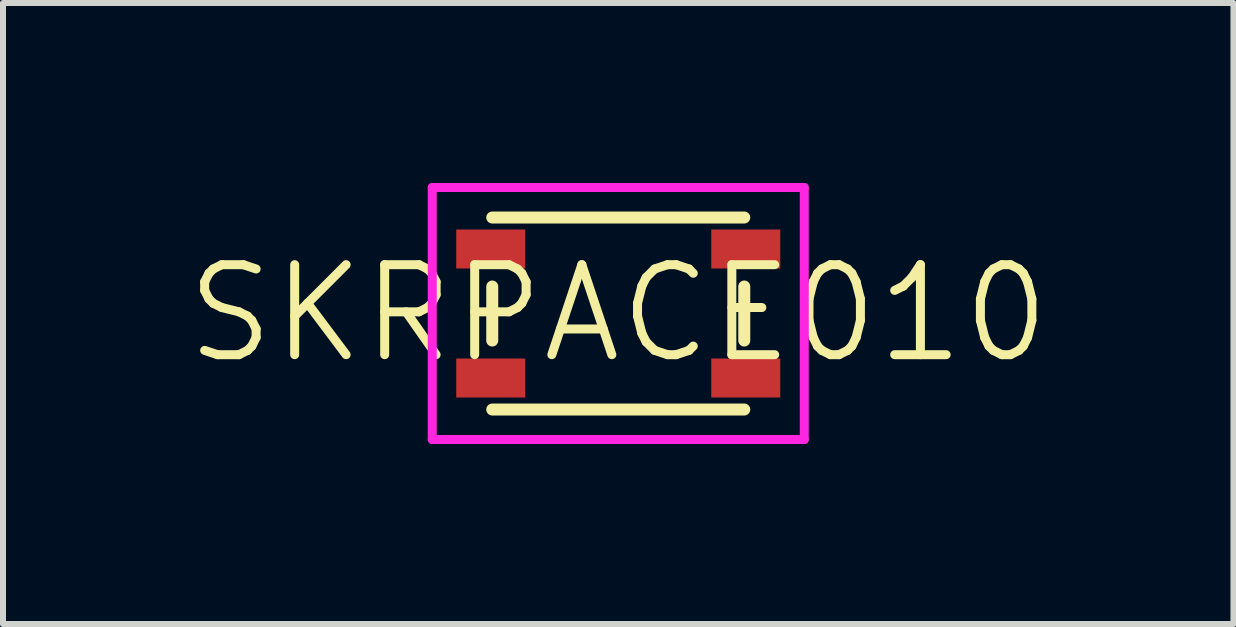
<source format=kicad_pcb>
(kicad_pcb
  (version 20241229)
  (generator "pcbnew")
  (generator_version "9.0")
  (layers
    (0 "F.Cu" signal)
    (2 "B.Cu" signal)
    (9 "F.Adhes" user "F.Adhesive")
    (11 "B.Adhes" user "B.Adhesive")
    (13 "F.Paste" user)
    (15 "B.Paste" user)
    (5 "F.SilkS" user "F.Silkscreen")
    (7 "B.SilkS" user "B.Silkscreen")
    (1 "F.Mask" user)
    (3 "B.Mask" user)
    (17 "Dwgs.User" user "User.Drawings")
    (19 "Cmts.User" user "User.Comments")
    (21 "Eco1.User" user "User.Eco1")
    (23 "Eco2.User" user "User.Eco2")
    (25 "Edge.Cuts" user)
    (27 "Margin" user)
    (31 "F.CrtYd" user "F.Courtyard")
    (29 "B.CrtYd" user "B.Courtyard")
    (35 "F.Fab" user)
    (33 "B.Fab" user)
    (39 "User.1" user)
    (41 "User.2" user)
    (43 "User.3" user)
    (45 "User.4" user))
  (footprint "SKRPACE010"
    (layer "F.Cu")
    (at 7.254 2.175)
    (property "Reference" "SKRPACE010" (at 0 0 0) (layer "F.SilkS") (effects (font (size 1.5 1.5) (thickness 0.15))))
    (attr through_hole)
    (fp_line (start -2.1 -1.6) (end 2.1 -1.6) (stroke (width 0.2) (type solid)) (layer "F.SilkS"))
    (fp_line (start -2.1 0.45) (end -2.1 -0.45) (stroke (width 0.2) (type solid)) (layer "F.SilkS"))
    (fp_line (start -2.1 1.6) (end 2.1 1.6) (stroke (width 0.2) (type solid)) (layer "F.SilkS"))
    (fp_line (start 2.1 -0.45) (end 2.1 0.45) (stroke (width 0.2) (type solid)) (layer "F.SilkS"))
    (fp_line (start -3.1 -2.1) (end 3.1 -2.1) (stroke (width 0.15) (type solid)) (layer "F.CrtYd"))
    (fp_line (start -3.1 2.1) (end -3.1 -2.1) (stroke (width 0.15) (type solid)) (layer "F.CrtYd"))
    (fp_line (start 3.1 -2.1) (end 3.1 2.1) (stroke (width 0.15) (type solid)) (layer "F.CrtYd"))
    (fp_line (start 3.1 2.1) (end -3.1 2.1) (stroke (width 0.15) (type solid)) (layer "F.CrtYd"))
    (pad "1" smd rect (at -2.125 -1.075) (size 1.15 0.65) (layers "F.Cu" "F.Mask" "F.Paste"))
    (pad "2" smd rect (at 2.125 -1.075) (size 1.15 0.65) (layers "F.Cu" "F.Mask" "F.Paste"))
    (pad "3" smd rect (at -2.125 1.075) (size 1.15 0.65) (layers "F.Cu" "F.Mask" "F.Paste"))
    (pad "4" smd rect (at 2.125 1.075) (size 1.15 0.65) (layers "F.Cu" "F.Mask" "F.Paste")))
  (gr_rect
    (start -3 -3)
    (end 17.507 7.35)
    (stroke (width 0.1) (type default))
    (fill no)
    (layer "Edge.Cuts")))
</source>
